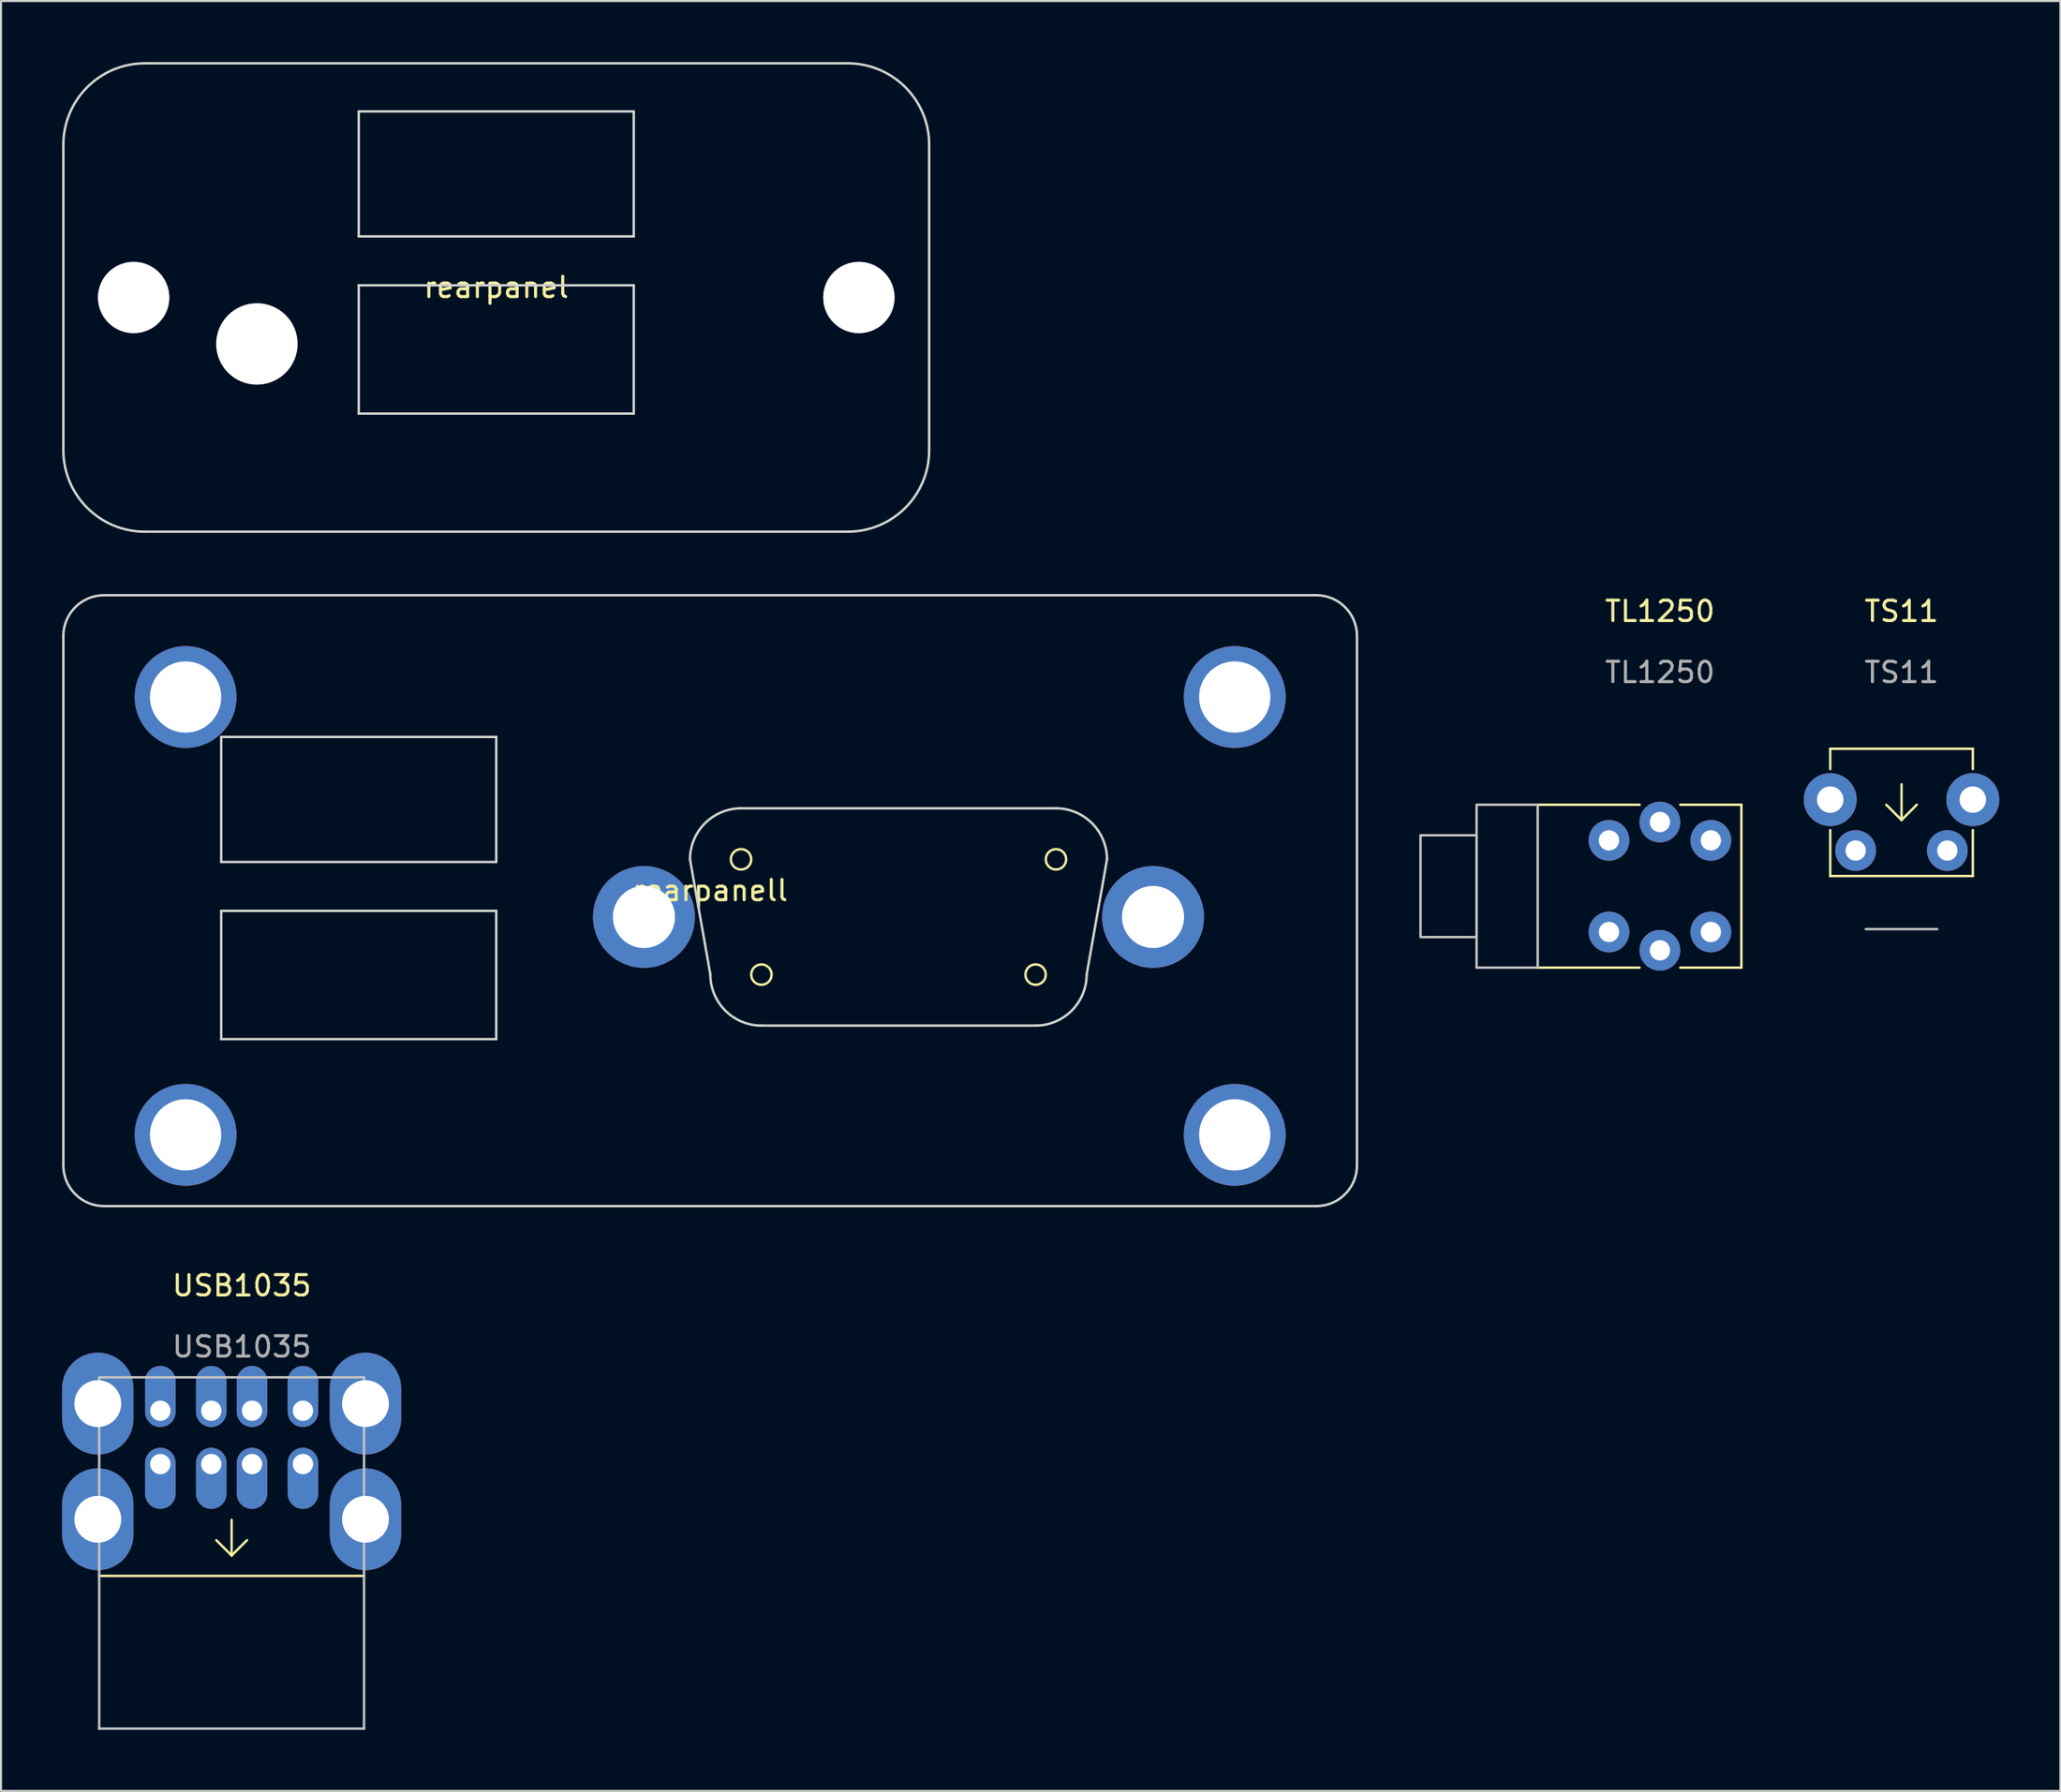
<source format=kicad_pcb>
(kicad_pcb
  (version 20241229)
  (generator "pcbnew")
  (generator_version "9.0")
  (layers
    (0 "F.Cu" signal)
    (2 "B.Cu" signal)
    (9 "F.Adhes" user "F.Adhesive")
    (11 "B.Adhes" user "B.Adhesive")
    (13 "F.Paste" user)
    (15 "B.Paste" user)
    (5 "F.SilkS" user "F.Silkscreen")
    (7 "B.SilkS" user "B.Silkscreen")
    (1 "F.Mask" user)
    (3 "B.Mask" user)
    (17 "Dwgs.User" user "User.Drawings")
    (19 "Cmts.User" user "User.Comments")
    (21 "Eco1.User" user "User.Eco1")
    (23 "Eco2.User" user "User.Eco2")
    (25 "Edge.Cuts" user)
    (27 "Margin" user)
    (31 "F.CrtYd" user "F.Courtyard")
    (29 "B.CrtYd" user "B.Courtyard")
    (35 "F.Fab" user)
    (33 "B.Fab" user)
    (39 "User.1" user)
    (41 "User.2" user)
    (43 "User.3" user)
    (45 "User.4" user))
  (footprint "rearpanel"
    (layer "F.Cu")
    (at 21.31 11.56)
    (property "Reference" "rearpanel" (at 0 -0.5 0) (unlocked yes) (layer "F.SilkS") (effects (font (size 1 1) (thickness 0.15))))
    (attr through_hole)
    (fp_circle (center 11.75 5.8) (end 13.15 5.8) (stroke (width 0.12) (type solid)) (fill yes) (layer "F.Mask"))
    (fp_circle (center 11.75 5.8) (end 13.15 5.8) (stroke (width 0.12) (type solid)) (fill yes) (layer "B.Mask"))
    (fp_line (start -21.25 7.5) (end -21.25 -7.5) (stroke (width 0.12) (type solid)) (layer "Edge.Cuts"))
    (fp_line (start -17.25 -11.5) (end 17.25 -11.5) (stroke (width 0.12) (type solid)) (layer "Edge.Cuts"))
    (fp_line (start -6.75 -9.14) (end -6.75 -3) (stroke (width 0.12) (type solid)) (layer "Edge.Cuts"))
    (fp_line (start -6.75 -9.14) (end 6.75 -9.14) (stroke (width 0.12) (type solid)) (layer "Edge.Cuts"))
    (fp_line (start -6.75 -3) (end 6.75 -3) (stroke (width 0.12) (type solid)) (layer "Edge.Cuts"))
    (fp_line (start -6.75 -0.6) (end -6.75 5.7) (stroke (width 0.12) (type solid)) (layer "Edge.Cuts"))
    (fp_line (start -6.75 -0.6) (end 6.75 -0.6) (stroke (width 0.12) (type solid)) (layer "Edge.Cuts"))
    (fp_line (start -6.75 5.7) (end 6.75 5.7) (stroke (width 0.12) (type solid)) (layer "Edge.Cuts"))
    (fp_line (start 6.75 -3) (end 6.75 -9.14) (stroke (width 0.12) (type solid)) (layer "Edge.Cuts"))
    (fp_line (start 6.75 -0.6) (end 6.75 5.7) (stroke (width 0.12) (type solid)) (layer "Edge.Cuts"))
    (fp_line (start 17.25 11.5) (end -17.25 11.5) (stroke (width 0.12) (type solid)) (layer "Edge.Cuts"))
    (fp_line (start 21.25 7.5) (end 21.25 -7.5) (stroke (width 0.12) (type solid)) (layer "Edge.Cuts"))
    (fp_arc (start -21.25 -7.5) (mid -20.078427 -10.328427) (end -17.25 -11.5) (stroke (width 0.12) (type solid)) (layer "Edge.Cuts"))
    (fp_arc (start -17.25 11.5) (mid -20.078427 10.328427) (end -21.25 7.5) (stroke (width 0.12) (type solid)) (layer "Edge.Cuts"))
    (fp_arc (start 17.25 -11.5) (mid 20.078427 -10.328427) (end 21.25 -7.5) (stroke (width 0.12) (type solid)) (layer "Edge.Cuts"))
    (fp_arc (start 21.25 7.5) (mid 20.078427 10.328427) (end 17.25 11.5) (stroke (width 0.12) (type solid)) (layer "Edge.Cuts"))
    (pad "" np_thru_hole circle (at -11.75 2.28) (size 4 4) (drill 4) (layers "*.Cu" "*.Mask"))
    (pad "1" thru_hole circle (at -17.8 0) (size 3.5 3.5) (drill 3.5) (layers "*.Cu" "*.Mask"))
    (pad "1" thru_hole circle (at 17.8 0) (size 3.5 3.5) (drill 3.5) (layers "*.Cu" "*.Mask"))
    (zone (net_name "") (layers "F.Cu" "B.Cu") (hatch edge 0.508) (connect_pads) (min_thickness 0.254) (filled_areas_thickness no) (keepout (tracks allowed) (vias allowed) (pads allowed) (copperpour not_allowed) (footprints allowed)) (placement (enabled no)) (fill) (polygon (pts (xy 34.665 17.36) (xy 34.645 17.109) (xy 34.586 16.864) (xy 34.49 16.631) (xy 34.358 16.417) (xy 34.195 16.225) (xy 34.003 16.062) (xy 33.789 15.93) (xy 33.556 15.834) (xy 33.311 15.775) (xy 33.06 15.755) (xy 32.809 15.775) (xy 32.564 15.834) (xy 32.331 15.93) (xy 32.117 16.062) (xy 31.925 16.225) (xy 31.762 16.417) (xy 31.63 16.631) (xy 31.534 16.864) (xy 31.475 17.109) (xy 31.455 17.36) (xy 31.475 17.611) (xy 31.534 17.856) (xy 31.63 18.089) (xy 31.762 18.303) (xy 31.925 18.495) (xy 32.117 18.658) (xy 32.331 18.79) (xy 32.564 18.886) (xy 32.809 18.945) (xy 33.06 18.965) (xy 33.311 18.945) (xy 33.556 18.886) (xy 33.789 18.79) (xy 34.003 18.658) (xy 34.195 18.495) (xy 34.358 18.303) (xy 34.49 18.089) (xy 34.586 17.856) (xy 34.645 17.611)))))
  (footprint "rearpanell"
    (layer "F.Cu")
    (at 31.81 41.18)
    (property "Reference" "rearpanell" (at 0 -0.5 0) (unlocked yes) (layer "F.SilkS") (effects (font (size 1 1) (thickness 0.15))))
    (attr through_hole)
    (fp_circle (center 1.515 -2.03) (end 2.015 -2.03) (stroke (width 0.12) (type solid)) (fill no) (layer "F.SilkS"))
    (fp_circle (center 2.515 3.63) (end 3.015 3.63) (stroke (width 0.12) (type solid)) (fill no) (layer "F.SilkS"))
    (fp_circle (center 15.975 3.63) (end 15.475 3.63) (stroke (width 0.12) (type solid)) (fill no) (layer "F.SilkS"))
    (fp_circle (center 16.975 -2.03) (end 16.475 -2.03) (stroke (width 0.12) (type solid)) (fill no) (layer "F.SilkS"))
    (fp_line (start -31.75 13) (end -31.75 -13) (stroke (width 0.12) (type solid)) (layer "Edge.Cuts"))
    (fp_line (start -29.75 -15) (end 29.75 -15) (stroke (width 0.12) (type solid)) (layer "Edge.Cuts"))
    (fp_line (start -24 -8.04) (end -24 -1.9) (stroke (width 0.12) (type solid)) (layer "Edge.Cuts"))
    (fp_line (start -24 -8.04) (end -10.5 -8.04) (stroke (width 0.12) (type solid)) (layer "Edge.Cuts"))
    (fp_line (start -24 -1.9) (end -10.5 -1.9) (stroke (width 0.12) (type solid)) (layer "Edge.Cuts"))
    (fp_line (start -24 0.5) (end -24 6.8) (stroke (width 0.12) (type solid)) (layer "Edge.Cuts"))
    (fp_line (start -24 0.5) (end -10.5 0.5) (stroke (width 0.12) (type solid)) (layer "Edge.Cuts"))
    (fp_line (start -24 6.8) (end -10.5 6.8) (stroke (width 0.12) (type solid)) (layer "Edge.Cuts"))
    (fp_line (start -10.5 -1.9) (end -10.5 -8.04) (stroke (width 0.12) (type solid)) (layer "Edge.Cuts"))
    (fp_line (start -10.5 0.5) (end -10.5 6.8) (stroke (width 0.12) (type solid)) (layer "Edge.Cuts"))
    (fp_line (start 0.01 3.63) (end -0.99 -2.03) (stroke (width 0.12) (type solid)) (layer "Edge.Cuts"))
    (fp_line (start 1.515 -4.535) (end 16.975 -4.535) (stroke (width 0.12) (type solid)) (layer "Edge.Cuts"))
    (fp_line (start 2.515 6.135) (end 15.975 6.135) (stroke (width 0.12) (type solid)) (layer "Edge.Cuts"))
    (fp_line (start 18.48 3.63) (end 19.48 -2.03) (stroke (width 0.12) (type solid)) (layer "Edge.Cuts"))
    (fp_line (start 29.75 15) (end -29.75 15) (stroke (width 0.12) (type solid)) (layer "Edge.Cuts"))
    (fp_line (start 31.75 13) (end 31.75 -13) (stroke (width 0.12) (type solid)) (layer "Edge.Cuts"))
    (fp_arc (start -31.75 -13) (mid -31.164214 -14.414214) (end -29.75 -15) (stroke (width 0.12) (type solid)) (layer "Edge.Cuts"))
    (fp_arc (start -29.75 15) (mid -31.164214 14.414214) (end -31.75 13) (stroke (width 0.12) (type solid)) (layer "Edge.Cuts"))
    (fp_arc (start -0.99 -2.03) (mid -0.256302 -3.801302) (end 1.515 -4.535) (stroke (width 0.12) (type solid)) (layer "Edge.Cuts"))
    (fp_arc (start 2.515 6.135) (mid 0.743698 5.401302) (end 0.01 3.63) (stroke (width 0.12) (type solid)) (layer "Edge.Cuts"))
    (fp_arc (start 16.975 -4.535) (mid 18.7463 -3.801302) (end 19.48 -2.03) (stroke (width 0.12) (type solid)) (layer "Edge.Cuts"))
    (fp_arc (start 18.48 3.63) (mid 17.746302 5.401302) (end 15.975 6.135) (stroke (width 0.12) (type solid)) (layer "Edge.Cuts"))
    (fp_arc (start 29.75 -15) (mid 31.164214 -14.414214) (end 31.75 -13) (stroke (width 0.12) (type solid)) (layer "Edge.Cuts"))
    (fp_arc (start 31.75 13) (mid 31.164214 14.414214) (end 29.75 15) (stroke (width 0.12) (type solid)) (layer "Edge.Cuts"))
    (pad "1" thru_hole circle (at -25.75 -10) (size 5 5) (drill 3.5) (layers "*.Cu" "*.Mask"))
    (pad "1" thru_hole circle (at -25.75 11.5) (size 5 5) (drill 3.5) (layers "*.Cu" "*.Mask"))
    (pad "1" thru_hole circle (at -3.25 0.8) (size 5 5) (drill 3.05) (layers "*.Cu" "*.Mask"))
    (pad "1" thru_hole circle (at 21.74 0.8) (size 5 5) (drill 3.05) (layers "*.Cu" "*.Mask"))
    (pad "1" thru_hole circle (at 25.75 -10) (size 5 5) (drill 3.5) (layers "*.Cu" "*.Mask"))
    (pad "1" thru_hole circle (at 25.75 11.5) (size 5 5) (drill 3.5) (layers "*.Cu" "*.Mask")))
  (footprint "TL1250"
    (layer "F.Cu")
    (at 78.43 40.468)
    (property "Reference" "TL1250" (at 0 -13.5 0) (unlocked yes) (layer "F.SilkS") (effects (font (size 1 1) (thickness 0.15))))
    (attr through_hole)
    (fp_line (start -1 -4) (end -6 -4) (stroke (width 0.12) (type solid)) (layer "F.SilkS"))
    (fp_line (start -1 4) (end -6 4) (stroke (width 0.12) (type solid)) (layer "F.SilkS"))
    (fp_line (start 4 -4) (end 1 -4) (stroke (width 0.12) (type solid)) (layer "F.SilkS"))
    (fp_line (start 4 4) (end 1 4) (stroke (width 0.12) (type solid)) (layer "F.SilkS"))
    (fp_line (start 4 4) (end 4 -4) (stroke (width 0.12) (type solid)) (layer "F.SilkS"))
    (fp_rect (start -9 -2.5) (end -11.75 2.5) (stroke (width 0.12) (type solid)) (fill no) (layer "Dwgs.User"))
    (fp_rect (start -6 -4) (end -9 4) (stroke (width 0.12) (type solid)) (fill no) (layer "Dwgs.User"))
    (fp_text user "${REFERENCE}" (at 0 -10.5 0) (unlocked yes) (layer "F.Fab") (effects (font (size 1 1) (thickness 0.15))))
    (pad "1" thru_hole circle (at -2.5 -2.25) (size 2 2) (drill 1) (layers "*.Cu" "*.Mask"))
    (pad "2" thru_hole circle (at 2.5 -2.25) (size 2 2) (drill 1) (layers "*.Cu" "*.Mask"))
    (pad "3" thru_hole circle (at -2.5 2.25 180) (size 2 2) (drill 1) (layers "*.Cu" "*.Mask"))
    (pad "4" thru_hole circle (at 2.5 2.25 180) (size 2 2) (drill 1) (layers "*.Cu" "*.Mask"))
    (pad "5" thru_hole circle (at 0 -3.15) (size 2 2) (drill 1) (layers "*.Cu" "*.Mask"))
    (pad "6" thru_hole circle (at 0 3.15 180) (size 2 2) (drill 1) (layers "*.Cu" "*.Mask")))
  (footprint "TS11"
    (layer "F.Cu")
    (at 90.29 37.468)
    (property "Reference" "TS11" (at 0 -10.5 0) (unlocked yes) (layer "F.SilkS") (effects (font (size 1 1) (thickness 0.15))))
    (attr through_hole)
    (fp_line (start -3.5 -3.75) (end 3.5 -3.75) (stroke (width 0.12) (type solid)) (layer "F.SilkS"))
    (fp_line (start -3.5 -2.75) (end -3.5 -3.75) (stroke (width 0.12) (type solid)) (layer "F.SilkS"))
    (fp_line (start -3.5 2.5) (end -3.5 0.25) (stroke (width 0.12) (type solid)) (layer "F.SilkS"))
    (fp_line (start 0 -2) (end 0 -0.25) (stroke (width 0.12) (type solid)) (layer "F.SilkS"))
    (fp_line (start 0 -0.25) (end -0.75 -1) (stroke (width 0.12) (type solid)) (layer "F.SilkS"))
    (fp_line (start 0 -0.25) (end 0.75 -1) (stroke (width 0.12) (type solid)) (layer "F.SilkS"))
    (fp_line (start 3.5 -3.75) (end 3.5 -2.75) (stroke (width 0.12) (type solid)) (layer "F.SilkS"))
    (fp_line (start 3.5 0.25) (end 3.5 2.5) (stroke (width 0.12) (type solid)) (layer "F.SilkS"))
    (fp_line (start 3.5 2.5) (end -3.5 2.5) (stroke (width 0.12) (type solid)) (layer "F.SilkS"))
    (fp_line (start -1.75 5.11) (end 1.75 5.11) (stroke (width 0.12) (type solid)) (layer "Dwgs.User"))
    (fp_text user "${REFERENCE}" (at 0 -7.5 0) (unlocked yes) (layer "F.Fab") (effects (font (size 1 1) (thickness 0.15))))
    (pad "1" thru_hole circle (at -2.25 1.25) (size 2 2) (drill 1) (layers "*.Cu" "*.Mask"))
    (pad "2" thru_hole circle (at 2.25 1.25) (size 2 2) (drill 1) (layers "*.Cu" "*.Mask"))
    (pad "M" thru_hole circle (at -3.5 -1.25) (size 2.6 2.6) (drill 1.3) (layers "*.Cu" "*.Mask"))
    (pad "M" thru_hole circle (at 3.5 -1.25) (size 2.6 2.6) (drill 1.3) (layers "*.Cu" "*.Mask")))
  (footprint "USB1035"
    (layer "F.Cu")
    (at 8.32 74.308)
    (property "Reference" "USB1035" (at 0.5 -14.22 0) (unlocked yes) (layer "F.SilkS") (effects (font (size 1 1) (thickness 0.15))))
    (attr through_hole)
    (fp_line (start -6.5 0.03) (end 6.5 0.03) (stroke (width 0.12) (type solid)) (layer "F.SilkS"))
    (fp_line (start 0 -2.72) (end 0 -0.97) (stroke (width 0.12) (type solid)) (layer "F.SilkS"))
    (fp_line (start 0 -0.97) (end -0.75 -1.72) (stroke (width 0.12) (type solid)) (layer "F.SilkS"))
    (fp_line (start 0 -0.97) (end 0.75 -1.72) (stroke (width 0.12) (type solid)) (layer "F.SilkS"))
    (fp_line (start -6.5 -9.72) (end 6.5 -9.72) (stroke (width 0.12) (type solid)) (layer "Dwgs.User"))
    (fp_line (start -6.5 7.53) (end -6.5 -9.72) (stroke (width 0.12) (type solid)) (layer "Dwgs.User"))
    (fp_line (start 6.5 -9.72) (end 6.5 7.53) (stroke (width 0.12) (type solid)) (layer "Dwgs.User"))
    (fp_line (start 6.5 7.53) (end -6.5 7.53) (stroke (width 0.12) (type solid)) (layer "Dwgs.User"))
    (fp_text user "${REFERENCE}" (at 0.5 -11.22 0) (unlocked yes) (layer "F.Fab") (effects (font (size 1 1) (thickness 0.15))))
    (pad "1A" thru_hole oval (at -3.5 -8.08) (size 1.5 3) (drill 1 (offset 0 -0.7)) (layers "*.Cu" "*.Mask"))
    (pad "1B" thru_hole oval (at -3.5 -5.46) (size 1.5 3) (drill 1 (offset 0 0.7)) (layers "*.Cu" "*.Mask"))
    (pad "2A" thru_hole oval (at -1 -8.08) (size 1.5 3) (drill 1 (offset 0 -0.7)) (layers "*.Cu" "*.Mask"))
    (pad "2B" thru_hole oval (at -1 -5.46) (size 1.5 3) (drill 1 (offset 0 0.7)) (layers "*.Cu" "*.Mask"))
    (pad "3A" thru_hole oval (at 1 -8.08) (size 1.5 3) (drill 1 (offset 0 -0.7)) (layers "*.Cu" "*.Mask"))
    (pad "3B" thru_hole oval (at 1 -5.46) (size 1.5 3) (drill 1 (offset 0 0.7)) (layers "*.Cu" "*.Mask"))
    (pad "4A" thru_hole oval (at 3.5 -8.08) (size 1.5 3) (drill 1 (offset 0 -0.7)) (layers "*.Cu" "*.Mask"))
    (pad "4B" thru_hole oval (at 3.5 -5.46) (size 1.5 3) (drill 1 (offset 0 0.7)) (layers "*.Cu" "*.Mask"))
    (pad "S" thru_hole oval (at -6.57 -8.43) (size 3.5 5) (drill 2.3) (layers "*.Cu" "*.Mask"))
    (pad "S" thru_hole oval (at -6.57 -2.75) (size 3.5 5) (drill 2.3) (layers "*.Cu" "*.Mask"))
    (pad "S" thru_hole oval (at 6.57 -8.43) (size 3.5 5) (drill 2.3) (layers "*.Cu" "*.Mask"))
    (pad "S" thru_hole oval (at 6.57 -2.75) (size 3.5 5) (drill 2.3) (layers "*.Cu" "*.Mask")))
  (gr_rect
    (start -3 -3)
    (end 98.09 84.898)
    (stroke (width 0.1) (type default))
    (fill no)
    (layer "Edge.Cuts")))
</source>
